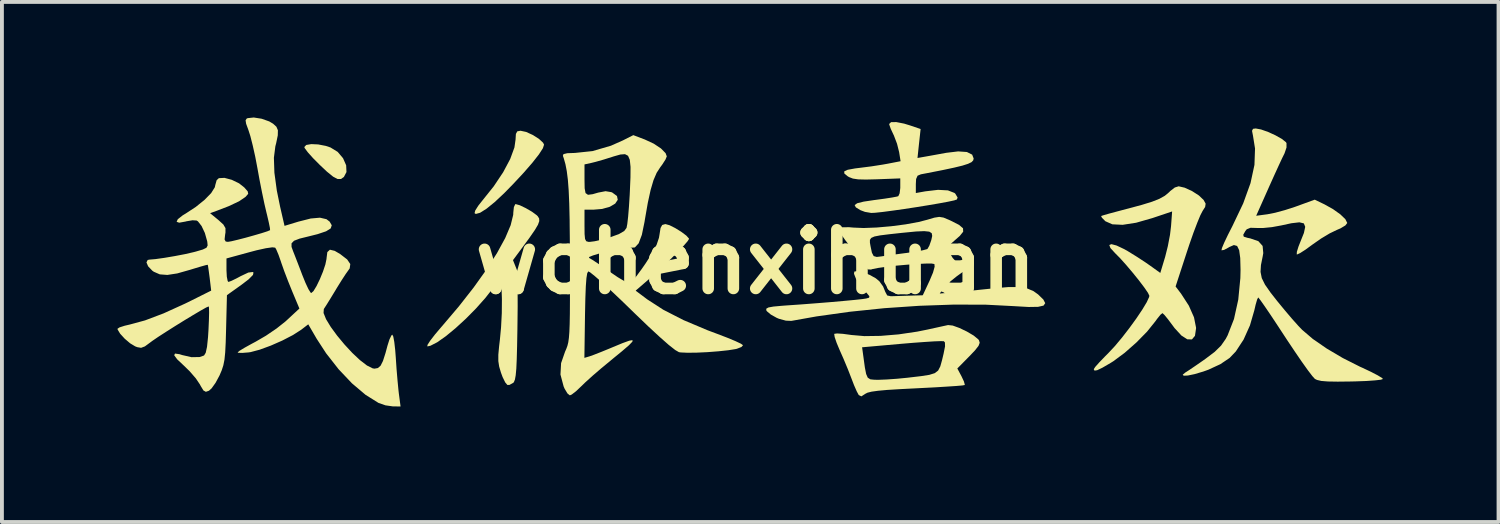
<source format=kicad_pcb>
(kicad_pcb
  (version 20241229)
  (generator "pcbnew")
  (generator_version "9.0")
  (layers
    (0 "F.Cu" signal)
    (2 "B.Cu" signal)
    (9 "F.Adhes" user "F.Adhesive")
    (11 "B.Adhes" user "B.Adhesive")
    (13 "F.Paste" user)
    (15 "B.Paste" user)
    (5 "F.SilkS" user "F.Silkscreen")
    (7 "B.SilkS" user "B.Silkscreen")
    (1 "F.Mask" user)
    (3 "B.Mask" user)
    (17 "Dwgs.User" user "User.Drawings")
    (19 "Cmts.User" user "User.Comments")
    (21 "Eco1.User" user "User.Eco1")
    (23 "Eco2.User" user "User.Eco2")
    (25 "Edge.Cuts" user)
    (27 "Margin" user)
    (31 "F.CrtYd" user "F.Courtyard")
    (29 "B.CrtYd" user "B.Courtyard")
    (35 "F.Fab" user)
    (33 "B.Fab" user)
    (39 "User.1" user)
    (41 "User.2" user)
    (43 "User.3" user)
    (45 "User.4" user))
  (footprint "wohenxihuan"
    (layer "F.Cu")
    (at 16.568 3.749)
    (property "Reference" "wohenxihuan" (at 0 0 0) (layer "F.SilkS") (effects (font (size 1.524 1.524) (thickness 0.3))))
    (attr board_only exclude_from_pos_files exclude_from_bom)
    (fp_poly (pts (xy -11.359 -3.05) (xy -11.162 -3.012) (xy -11.039 -2.971) (xy -10.852 -2.856) (xy -10.713 -2.692) (xy -10.632 -2.508) (xy -10.624 -2.333) (xy -10.691 -2.205) (xy -10.768 -2.152) (xy -10.856 -2.152) (xy -10.971 -2.213) (xy -11.132 -2.344) (xy -11.32 -2.521) (xy -11.492 -2.694) (xy -11.627 -2.845) (xy -11.706 -2.951) (xy -11.719 -2.982) (xy -11.668 -3.036) (xy -11.538 -3.058)) (stroke (width 0) (type solid)) (fill yes) (layer "F.SilkS"))
    (fp_poly (pts (xy -6.105 -3.405) (xy -5.96 -3.374) (xy -5.789 -3.296) (xy -5.629 -3.195) (xy -5.52 -3.094) (xy -5.495 -3.044) (xy -5.525 -2.951) (xy -5.629 -2.79) (xy -5.798 -2.575) (xy -6.023 -2.316) (xy -6.293 -2.026) (xy -6.524 -1.79) (xy -6.773 -1.556) (xy -6.987 -1.382) (xy -7.155 -1.276) (xy -7.266 -1.245) (xy -7.299 -1.265) (xy -7.282 -1.333) (xy -7.204 -1.457) (xy -7.103 -1.585) (xy -6.802 -1.961) (xy -6.556 -2.329) (xy -6.374 -2.671) (xy -6.264 -2.971) (xy -6.235 -3.173) (xy -6.226 -3.323) (xy -6.189 -3.39) (xy -6.106 -3.405)) (stroke (width 0) (type solid)) (fill yes) (layer "F.SilkS"))
    (fp_poly (pts (xy -6.125 -1.471) (xy -5.969 -1.396) (xy -5.807 -1.302) (xy -5.685 -1.212) (xy -5.659 -1.186) (xy -5.623 -1.128) (xy -5.619 -1.06) (xy -5.653 -0.965) (xy -5.734 -0.828) (xy -5.87 -0.631) (xy -6.054 -0.38) (xy -6.393 0.077) (xy -6.281 0.266) (xy -6.244 0.336) (xy -6.217 0.415) (xy -6.198 0.519) (xy -6.187 0.666) (xy -6.181 0.871) (xy -6.18 1.15) (xy -6.184 1.52) (xy -6.187 1.756) (xy -6.195 2.191) (xy -6.204 2.525) (xy -6.215 2.771) (xy -6.231 2.943) (xy -6.251 3.054) (xy -6.277 3.118) (xy -6.292 3.137) (xy -6.393 3.193) (xy -6.448 3.193) (xy -6.503 3.128) (xy -6.572 2.987) (xy -6.614 2.873) (xy -6.66 2.718) (xy -6.682 2.575) (xy -6.682 2.409) (xy -6.661 2.183) (xy -6.642 2.025) (xy -6.611 1.697) (xy -6.592 1.329) (xy -6.589 0.99) (xy -6.59 0.931) (xy -6.61 0.39) (xy -6.809 0.668) (xy -7.018 0.935) (xy -7.262 1.209) (xy -7.525 1.475) (xy -7.792 1.72) (xy -8.044 1.928) (xy -8.267 2.085) (xy -8.444 2.176) (xy -8.525 2.194) (xy -8.521 2.154) (xy -8.451 2.045) (xy -8.326 1.883) (xy -8.158 1.685) (xy -8.136 1.66) (xy -7.708 1.156) (xy -7.324 0.666) (xy -6.991 0.2) (xy -6.715 -0.232) (xy -6.503 -0.62) (xy -6.362 -0.953) (xy -6.296 -1.221) (xy -6.293 -1.284) (xy -6.278 -1.424) (xy -6.243 -1.497) (xy -6.232 -1.501)) (stroke (width 0) (type solid)) (fill yes) (layer "F.SilkS"))
    (fp_poly (pts (xy 3.852 -3.59) (xy 4.006 -3.543) (xy 4.28 -3.45) (xy 4.239 -3.074) (xy 4.199 -2.698) (xy 4.365 -2.727) (xy 4.506 -2.752) (xy 4.715 -2.79) (xy 4.946 -2.832) (xy 5.255 -2.869) (xy 5.482 -2.853) (xy 5.618 -2.785) (xy 5.657 -2.684) (xy 5.645 -2.635) (xy 5.602 -2.59) (xy 5.513 -2.547) (xy 5.366 -2.5) (xy 5.148 -2.447) (xy 4.847 -2.383) (xy 4.45 -2.305) (xy 4.286 -2.274) (xy 4.201 -2.238) (xy 4.163 -2.152) (xy 4.156 -2.019) (xy 4.156 -1.788) (xy 4.402 -1.832) (xy 4.732 -1.871) (xy 4.989 -1.857) (xy 5.158 -1.791) (xy 5.179 -1.773) (xy 5.24 -1.672) (xy 5.222 -1.621) (xy 5.152 -1.597) (xy 4.989 -1.562) (xy 4.756 -1.519) (xy 4.474 -1.471) (xy 4.165 -1.421) (xy 3.851 -1.373) (xy 3.554 -1.331) (xy 3.296 -1.297) (xy 3.099 -1.276) (xy 2.998 -1.271) (xy 2.835 -1.299) (xy 2.718 -1.343) (xy 2.598 -1.417) (xy 2.568 -1.475) (xy 2.633 -1.523) (xy 2.801 -1.565) (xy 3.077 -1.606) (xy 3.094 -1.608) (xy 3.339 -1.641) (xy 3.54 -1.672) (xy 3.67 -1.697) (xy 3.702 -1.708) (xy 3.735 -1.78) (xy 3.752 -1.92) (xy 3.752 -1.953) (xy 3.752 -2.168) (xy 3.146 -2.145) (xy 2.858 -2.138) (xy 2.659 -2.143) (xy 2.523 -2.163) (xy 2.424 -2.201) (xy 2.387 -2.223) (xy 2.3 -2.295) (xy 2.297 -2.35) (xy 2.388 -2.392) (xy 2.58 -2.427) (xy 2.742 -2.447) (xy 3.008 -2.481) (xy 3.295 -2.526) (xy 3.424 -2.549) (xy 3.76 -2.614) (xy 3.722 -2.851) (xy 3.668 -3.067) (xy 3.586 -3.283) (xy 3.574 -3.307) (xy 3.505 -3.455) (xy 3.467 -3.562) (xy 3.464 -3.581) (xy 3.513 -3.628) (xy 3.649 -3.63)) (stroke (width 0) (type solid)) (fill yes) (layer "F.SilkS"))
    (fp_poly (pts (xy 5.113 1.652) (xy 5.288 1.715) (xy 5.482 1.808) (xy 5.658 1.912) (xy 5.777 2.01) (xy 5.795 2.034) (xy 5.814 2.099) (xy 5.783 2.18) (xy 5.69 2.298) (xy 5.545 2.45) (xy 5.233 2.766) (xy 5.341 2.968) (xy 5.404 3.102) (xy 5.427 3.186) (xy 5.424 3.196) (xy 5.361 3.207) (xy 5.2 3.221) (xy 4.958 3.237) (xy 4.652 3.256) (xy 4.3 3.274) (xy 4.166 3.281) (xy 3.738 3.303) (xy 3.412 3.323) (xy 3.173 3.345) (xy 3.007 3.368) (xy 2.9 3.395) (xy 2.838 3.427) (xy 2.832 3.432) (xy 2.742 3.49) (xy 2.679 3.459) (xy 2.671 3.451) (xy 2.622 3.36) (xy 2.551 3.198) (xy 2.487 3.031) (xy 2.393 2.789) (xy 2.277 2.511) (xy 2.181 2.294) (xy 2.148 2.216) (xy 2.761 2.216) (xy 2.797 2.479) (xy 2.833 2.741) (xy 2.866 2.909) (xy 2.908 3.005) (xy 2.975 3.048) (xy 3.08 3.059) (xy 3.196 3.06) (xy 3.401 3.052) (xy 3.668 3.033) (xy 3.944 3.006) (xy 3.985 3.001) (xy 4.292 2.965) (xy 4.505 2.932) (xy 4.646 2.888) (xy 4.735 2.82) (xy 4.791 2.712) (xy 4.836 2.551) (xy 4.876 2.384) (xy 4.914 2.193) (xy 4.911 2.09) (xy 4.883 2.059) (xy 4.806 2.056) (xy 4.635 2.062) (xy 4.388 2.078) (xy 4.086 2.1) (xy 3.789 2.125) (xy 2.761 2.216) (xy 2.148 2.216) (xy 2.1 2.101) (xy 2.049 1.951) (xy 2.037 1.871) (xy 2.039 1.867) (xy 2.111 1.857) (xy 2.263 1.867) (xy 2.464 1.894) (xy 2.474 1.896) (xy 2.82 1.926) (xy 3.242 1.92) (xy 3.71 1.881) (xy 4.19 1.81) (xy 4.454 1.757) (xy 4.677 1.708) (xy 4.868 1.666) (xy 4.988 1.64) (xy 4.993 1.639)) (stroke (width 0) (type solid)) (fill yes) (layer "F.SilkS"))
    (fp_poly (pts (xy 11.134 -1.927) (xy 11.326 -1.839) (xy 11.505 -1.724) (xy 11.626 -1.608) (xy 11.679 -1.512) (xy 11.666 -1.427) (xy 11.6 -1.323) (xy 11.543 -1.214) (xy 11.462 -1.018) (xy 11.363 -0.758) (xy 11.257 -0.455) (xy 11.193 -0.262) (xy 10.899 0.638) (xy 11.041 0.824) (xy 11.243 1.136) (xy 11.377 1.439) (xy 11.43 1.706) (xy 11.43 1.726) (xy 11.402 1.918) (xy 11.323 2.012) (xy 11.203 2.009) (xy 11.05 1.911) (xy 10.872 1.717) (xy 10.821 1.648) (xy 10.701 1.488) (xy 10.607 1.374) (xy 10.558 1.329) (xy 10.558 1.329) (xy 10.506 1.371) (xy 10.418 1.48) (xy 10.372 1.544) (xy 10.159 1.809) (xy 9.881 2.092) (xy 9.577 2.36) (xy 9.283 2.578) (xy 9.211 2.623) (xy 8.998 2.747) (xy 8.864 2.811) (xy 8.795 2.822) (xy 8.775 2.786) (xy 8.775 2.784) (xy 8.813 2.726) (xy 8.917 2.609) (xy 9.067 2.453) (xy 9.155 2.365) (xy 9.322 2.186) (xy 9.509 1.963) (xy 9.7 1.716) (xy 9.88 1.468) (xy 10.035 1.237) (xy 10.151 1.044) (xy 10.212 0.911) (xy 10.218 0.879) (xy 10.182 0.803) (xy 10.086 0.663) (xy 9.948 0.481) (xy 9.785 0.279) (xy 9.614 0.077) (xy 9.454 -0.101) (xy 9.329 -0.227) (xy 9.207 -0.36) (xy 9.178 -0.439) (xy 9.234 -0.461) (xy 9.366 -0.426) (xy 9.565 -0.332) (xy 9.652 -0.283) (xy 9.879 -0.143) (xy 10.118 0.013) (xy 10.23 0.091) (xy 10.502 0.286) (xy 10.628 -0.131) (xy 10.697 -0.406) (xy 10.754 -0.704) (xy 10.781 -0.929) (xy 10.809 -1.31) (xy 10.297 -1.138) (xy 9.874 -1.017) (xy 9.525 -0.963) (xy 9.257 -0.976) (xy 9.076 -1.056) (xy 9.069 -1.063) (xy 8.987 -1.147) (xy 8.965 -1.191) (xy 9.024 -1.211) (xy 9.173 -1.254) (xy 9.39 -1.312) (xy 9.651 -1.381) (xy 9.66 -1.383) (xy 10.02 -1.48) (xy 10.286 -1.562) (xy 10.48 -1.639) (xy 10.621 -1.718) (xy 10.729 -1.808) (xy 10.761 -1.841) (xy 10.879 -1.932) (xy 10.979 -1.963)) (stroke (width 0) (type solid)) (fill yes) (layer "F.SilkS"))
    (fp_poly (pts (xy 4.874 -1.151) (xy 5.016 -1.092) (xy 5.07 -1.067) (xy 5.278 -0.961) (xy 5.381 -0.873) (xy 5.385 -0.784) (xy 5.297 -0.675) (xy 5.206 -0.595) (xy 5.07 -0.475) (xy 5.009 -0.389) (xy 5.008 -0.306) (xy 5.028 -0.244) (xy 5.112 -0.104) (xy 5.243 0.04) (xy 5.266 0.06) (xy 5.445 0.21) (xy 5.218 0.373) (xy 5.056 0.504) (xy 4.918 0.637) (xy 4.883 0.679) (xy 4.776 0.821) (xy 5.202 0.783) (xy 5.462 0.759) (xy 5.779 0.727) (xy 6.098 0.694) (xy 6.192 0.684) (xy 6.556 0.653) (xy 6.832 0.653) (xy 7.042 0.687) (xy 7.211 0.759) (xy 7.33 0.844) (xy 7.466 0.976) (xy 7.515 1.071) (xy 7.471 1.134) (xy 7.33 1.166) (xy 7.086 1.17) (xy 6.734 1.15) (xy 6.723 1.149) (xy 5.968 1.11) (xy 5.133 1.108) (xy 4.247 1.139) (xy 3.34 1.201) (xy 2.44 1.294) (xy 1.576 1.415) (xy 0.924 1.531) (xy 0.782 1.525) (xy 0.602 1.476) (xy 0.543 1.451) (xy 0.391 1.366) (xy 0.29 1.281) (xy 0.273 1.254) (xy 0.275 1.213) (xy 0.331 1.182) (xy 0.459 1.159) (xy 0.677 1.139) (xy 0.798 1.13) (xy 1.185 1.103) (xy 1.575 1.073) (xy 1.948 1.043) (xy 2.284 1.013) (xy 2.563 0.987) (xy 2.765 0.965) (xy 2.866 0.95) (xy 2.942 0.929) (xy 2.95 0.891) (xy 2.883 0.809) (xy 2.838 0.76) (xy 2.701 0.593) (xy 2.6 0.433) (xy 2.551 0.308) (xy 2.559 0.251) (xy 2.644 0.236) (xy 2.79 0.27) (xy 2.96 0.338) (xy 3.116 0.425) (xy 3.207 0.5) (xy 3.306 0.637) (xy 3.359 0.767) (xy 3.359 0.77) (xy 3.413 0.871) (xy 3.507 0.891) (xy 3.635 0.887) (xy 3.829 0.881) (xy 3.986 0.876) (xy 4.336 0.866) (xy 4.513 0.487) (xy 4.602 0.276) (xy 4.644 0.124) (xy 4.638 0.055) (xy 4.566 0.042) (xy 4.405 0.043) (xy 4.181 0.054) (xy 3.921 0.073) (xy 3.65 0.097) (xy 3.394 0.126) (xy 3.179 0.156) (xy 3.031 0.185) (xy 2.993 0.198) (xy 2.917 0.195) (xy 2.825 0.116) (xy 2.71 -0.039) (xy 2.561 -0.251) (xy 2.396 -0.472) (xy 2.374 -0.5) (xy 2.964 -0.5) (xy 2.979 -0.414) (xy 3.016 -0.238) (xy 3.062 -0.151) (xy 3.141 -0.129) (xy 3.252 -0.142) (xy 3.395 -0.163) (xy 3.612 -0.193) (xy 3.861 -0.226) (xy 3.925 -0.234) (xy 4.154 -0.268) (xy 4.337 -0.302) (xy 4.445 -0.331) (xy 4.46 -0.34) (xy 4.506 -0.421) (xy 4.555 -0.56) (xy 4.558 -0.57) (xy 4.581 -0.675) (xy 4.568 -0.746) (xy 4.504 -0.786) (xy 4.374 -0.799) (xy 4.163 -0.79) (xy 3.855 -0.76) (xy 3.793 -0.754) (xy 3.463 -0.718) (xy 3.231 -0.689) (xy 3.081 -0.66) (xy 2.998 -0.623) (xy 2.964 -0.572) (xy 2.964 -0.5) (xy 2.374 -0.5) (xy 2.325 -0.563) (xy 2.223 -0.708) (xy 2.167 -0.824) (xy 2.166 -0.868) (xy 2.248 -0.899) (xy 2.424 -0.901) (xy 2.534 -0.891) (xy 2.8 -0.88) (xy 3.139 -0.893) (xy 3.516 -0.926) (xy 3.891 -0.975) (xy 4.228 -1.037) (xy 4.447 -1.093) (xy 4.637 -1.149) (xy 4.763 -1.169)) (stroke (width 0) (type solid)) (fill yes) (layer "F.SilkS"))
    (fp_poly (pts (xy 13.118 -3.438) (xy 13.302 -3.373) (xy 13.494 -3.285) (xy 13.659 -3.191) (xy 13.763 -3.108) (xy 13.778 -3.084) (xy 13.778 -2.97) (xy 13.728 -2.821) (xy 13.721 -2.807) (xy 13.662 -2.687) (xy 13.569 -2.487) (xy 13.454 -2.235) (xy 13.328 -1.955) (xy 13.309 -1.912) (xy 12.991 -1.198) (xy 13.284 -1.237) (xy 13.482 -1.276) (xy 13.737 -1.345) (xy 14 -1.43) (xy 14.044 -1.446) (xy 14.511 -1.616) (xy 14.764 -1.494) (xy 14.986 -1.37) (xy 15.175 -1.235) (xy 15.306 -1.109) (xy 15.355 -1.011) (xy 15.355 -1.01) (xy 15.306 -0.947) (xy 15.18 -0.871) (xy 15.082 -0.829) (xy 14.898 -0.74) (xy 14.673 -0.605) (xy 14.454 -0.452) (xy 14.443 -0.444) (xy 14.269 -0.317) (xy 14.131 -0.229) (xy 14.052 -0.193) (xy 14.044 -0.195) (xy 14.047 -0.262) (xy 14.089 -0.398) (xy 14.135 -0.514) (xy 14.23 -0.752) (xy 14.264 -0.911) (xy 14.228 -1) (xy 14.112 -1.028) (xy 13.905 -1.004) (xy 13.642 -0.947) (xy 13.401 -0.903) (xy 13.168 -0.88) (xy 13.012 -0.881) (xy 12.843 -0.886) (xy 12.746 -0.847) (xy 12.709 -0.801) (xy 12.655 -0.704) (xy 12.669 -0.655) (xy 12.77 -0.624) (xy 12.836 -0.611) (xy 13.047 -0.539) (xy 13.158 -0.415) (xy 13.175 -0.228) (xy 13.16 -0.143) (xy 13.115 0.08) (xy 13.104 0.259) (xy 13.136 0.42) (xy 13.22 0.59) (xy 13.364 0.796) (xy 13.535 1.014) (xy 13.729 1.25) (xy 13.921 1.476) (xy 14.087 1.662) (xy 14.185 1.764) (xy 14.463 2.001) (xy 14.824 2.25) (xy 15.241 2.496) (xy 15.687 2.721) (xy 15.748 2.748) (xy 15.972 2.854) (xy 16.149 2.946) (xy 16.258 3.013) (xy 16.282 3.039) (xy 16.227 3.058) (xy 16.077 3.075) (xy 15.852 3.091) (xy 15.574 3.101) (xy 15.457 3.104) (xy 15.107 3.108) (xy 14.855 3.104) (xy 14.682 3.09) (xy 14.571 3.064) (xy 14.515 3.037) (xy 14.449 2.964) (xy 14.332 2.811) (xy 14.175 2.591) (xy 13.991 2.322) (xy 13.789 2.02) (xy 13.736 1.939) (xy 13.538 1.637) (xy 13.361 1.37) (xy 13.214 1.154) (xy 13.107 1.002) (xy 13.05 0.928) (xy 13.043 0.924) (xy 13.016 0.975) (xy 12.977 1.109) (xy 12.943 1.256) (xy 12.829 1.649) (xy 12.664 2.016) (xy 12.463 2.323) (xy 12.301 2.493) (xy 12.062 2.654) (xy 11.749 2.799) (xy 11.617 2.846) (xy 11.391 2.913) (xy 11.217 2.949) (xy 11.11 2.954) (xy 11.084 2.928) (xy 11.154 2.869) (xy 11.167 2.862) (xy 11.261 2.801) (xy 11.42 2.693) (xy 11.615 2.558) (xy 11.681 2.511) (xy 11.916 2.333) (xy 12.078 2.174) (xy 12.2 1.999) (xy 12.25 1.905) (xy 12.415 1.482) (xy 12.526 0.979) (xy 12.58 0.42) (xy 12.585 0.205) (xy 12.577 -0.102) (xy 12.549 -0.305) (xy 12.496 -0.414) (xy 12.412 -0.438) (xy 12.293 -0.386) (xy 12.269 -0.371) (xy 12.156 -0.311) (xy 12.091 -0.301) (xy 12.09 -0.302) (xy 12.103 -0.362) (xy 12.162 -0.502) (xy 12.257 -0.701) (xy 12.374 -0.931) (xy 12.654 -1.519) (xy 12.844 -2.046) (xy 12.946 -2.518) (xy 12.961 -2.944) (xy 12.908 -3.276) (xy 12.883 -3.403) (xy 12.909 -3.455) (xy 12.98 -3.464)) (stroke (width 0) (type solid)) (fill yes) (layer "F.SilkS"))
    (fp_poly (pts (xy -2.88 -3.178) (xy -2.648 -3.07) (xy -2.461 -2.946) (xy -2.34 -2.823) (xy -2.309 -2.74) (xy -2.343 -2.657) (xy -2.428 -2.525) (xy -2.478 -2.458) (xy -2.572 -2.313) (xy -2.654 -2.122) (xy -2.729 -1.867) (xy -2.802 -1.533) (xy -2.877 -1.102) (xy -2.887 -1.039) (xy -2.956 -0.704) (xy -3.039 -0.483) (xy -3.137 -0.376) (xy -3.222 -0.369) (xy -3.312 -0.371) (xy -3.467 -0.35) (xy -3.662 -0.313) (xy -3.87 -0.266) (xy -4.067 -0.216) (xy -4.225 -0.168) (xy -4.321 -0.129) (xy -4.329 -0.105) (xy -4.247 -0.058) (xy -4.097 0.04) (xy -3.904 0.173) (xy -3.788 0.256) (xy -3.586 0.394) (xy -3.414 0.497) (xy -3.297 0.552) (xy -3.263 0.557) (xy -3.203 0.5) (xy -3.096 0.369) (xy -2.96 0.184) (xy -2.86 0.04) (xy -2.684 -0.234) (xy -2.572 -0.448) (xy -2.512 -0.627) (xy -2.497 -0.716) (xy -2.471 -0.881) (xy -2.428 -0.959) (xy -2.352 -0.981) (xy -2.339 -0.981) (xy -2.236 -0.952) (xy -2.089 -0.878) (xy -1.934 -0.782) (xy -1.804 -0.685) (xy -1.736 -0.61) (xy -1.732 -0.596) (xy -1.772 -0.533) (xy -1.879 -0.41) (xy -2.038 -0.244) (xy -2.229 -0.053) (xy -2.436 0.145) (xy -2.641 0.334) (xy -2.757 0.435) (xy -3.118 0.746) (xy -2.815 0.973) (xy -2.399 1.242) (xy -1.876 1.51) (xy -1.253 1.773) (xy -0.994 1.87) (xy -0.741 1.967) (xy -0.531 2.054) (xy -0.387 2.122) (xy -0.33 2.162) (xy -0.33 2.162) (xy -0.372 2.209) (xy -0.49 2.255) (xy -0.52 2.262) (xy -0.713 2.293) (xy -0.967 2.32) (xy -1.25 2.342) (xy -1.528 2.355) (xy -1.771 2.358) (xy -1.945 2.35) (xy -1.993 2.343) (xy -2.09 2.287) (xy -2.259 2.154) (xy -2.493 1.948) (xy -2.787 1.676) (xy -3.133 1.344) (xy -3.216 1.263) (xy -3.505 0.983) (xy -3.77 0.733) (xy -3.999 0.524) (xy -4.179 0.367) (xy -4.299 0.271) (xy -4.347 0.246) (xy -4.374 0.293) (xy -4.395 0.42) (xy -4.411 0.635) (xy -4.423 0.948) (xy -4.432 1.367) (xy -4.432 1.38) (xy -4.448 2.491) (xy -4.316 2.452) (xy -4.204 2.412) (xy -4.02 2.34) (xy -3.797 2.249) (xy -3.721 2.217) (xy -3.458 2.108) (xy -3.284 2.045) (xy -3.198 2.03) (xy -3.201 2.069) (xy -3.293 2.165) (xy -3.477 2.323) (xy -3.751 2.547) (xy -3.769 2.563) (xy -4.007 2.759) (xy -4.236 2.956) (xy -4.426 3.128) (xy -4.529 3.228) (xy -4.665 3.357) (xy -4.777 3.443) (xy -4.826 3.464) (xy -4.887 3.415) (xy -4.961 3.292) (xy -4.987 3.232) (xy -5.069 2.924) (xy -5.053 2.628) (xy -4.95 2.331) (xy -4.916 2.253) (xy -4.888 2.176) (xy -4.866 2.086) (xy -4.85 1.971) (xy -4.838 1.818) (xy -4.83 1.615) (xy -4.825 1.347) (xy -4.823 1.003) (xy -4.823 0.569) (xy -4.823 0.032) (xy -4.823 0.029) (xy -4.826 -0.585) (xy -4.83 -0.938) (xy -4.445 -0.938) (xy -4.443 -0.722) (xy -4.431 -0.597) (xy -4.401 -0.538) (xy -4.346 -0.521) (xy -4.307 -0.52) (xy -4.182 -0.536) (xy -3.99 -0.58) (xy -3.785 -0.638) (xy -3.552 -0.722) (xy -3.414 -0.802) (xy -3.354 -0.883) (xy -3.334 -0.986) (xy -3.312 -1.179) (xy -3.291 -1.436) (xy -3.272 -1.734) (xy -3.268 -1.819) (xy -3.252 -2.194) (xy -3.25 -2.466) (xy -3.269 -2.649) (xy -3.315 -2.755) (xy -3.394 -2.797) (xy -3.514 -2.788) (xy -3.68 -2.741) (xy -3.727 -2.726) (xy -3.946 -2.657) (xy -4.15 -2.599) (xy -4.258 -2.572) (xy -4.445 -2.531) (xy -4.445 -2.131) (xy -4.441 -1.911) (xy -4.418 -1.787) (xy -4.355 -1.742) (xy -4.233 -1.758) (xy -4.091 -1.799) (xy -3.898 -1.836) (xy -3.748 -1.811) (xy -3.723 -1.8) (xy -3.602 -1.711) (xy -3.582 -1.612) (xy -3.648 -1.514) (xy -3.788 -1.431) (xy -3.988 -1.375) (xy -4.2 -1.357) (xy -4.445 -1.357) (xy -4.445 -0.938) (xy -4.83 -0.938) (xy -4.831 -1.096) (xy -4.841 -1.516) (xy -4.856 -1.858) (xy -4.877 -2.134) (xy -4.905 -2.356) (xy -4.94 -2.537) (xy -4.983 -2.689) (xy -5.006 -2.755) (xy -4.991 -2.798) (xy -4.892 -2.822) (xy -4.693 -2.829) (xy -4.693 -2.829) (xy -4.237 -2.877) (xy -3.76 -3.016) (xy -3.451 -3.153) (xy -3.178 -3.291)) (stroke (width 0) (type solid)) (fill yes) (layer "F.SilkS"))
    (fp_poly (pts (xy -12.827 -3.717) (xy -12.629 -3.647) (xy -12.528 -3.587) (xy -12.443 -3.509) (xy -12.404 -3.418) (xy -12.407 -3.286) (xy -12.449 -3.082) (xy -12.47 -3.002) (xy -12.508 -2.704) (xy -12.495 -2.316) (xy -12.432 -1.852) (xy -12.347 -1.435) (xy -12.232 -0.936) (xy -11.874 -1.045) (xy -11.551 -1.127) (xy -11.312 -1.148) (xy -11.143 -1.109) (xy -11.061 -1.046) (xy -11.006 -0.951) (xy -11.034 -0.869) (xy -11.153 -0.795) (xy -11.373 -0.721) (xy -11.596 -0.665) (xy -11.84 -0.605) (xy -11.986 -0.549) (xy -12.05 -0.482) (xy -12.05 -0.39) (xy -12.009 -0.277) (xy -11.964 -0.163) (xy -11.891 0.025) (xy -11.804 0.252) (xy -11.774 0.332) (xy -11.688 0.544) (xy -11.611 0.708) (xy -11.554 0.798) (xy -11.539 0.808) (xy -11.481 0.758) (xy -11.402 0.628) (xy -11.315 0.449) (xy -11.234 0.252) (xy -11.172 0.066) (xy -11.142 -0.078) (xy -11.141 -0.098) (xy -11.121 -0.255) (xy -11.054 -0.317) (xy -10.929 -0.287) (xy -10.789 -0.205) (xy -10.606 -0.064) (xy -10.525 0.055) (xy -10.54 0.167) (xy -10.576 0.219) (xy -10.644 0.314) (xy -10.75 0.477) (xy -10.874 0.676) (xy -10.901 0.722) (xy -11.024 0.924) (xy -11.131 1.097) (xy -11.203 1.209) (xy -11.212 1.223) (xy -11.219 1.326) (xy -11.154 1.487) (xy -11.031 1.689) (xy -10.867 1.913) (xy -10.676 2.143) (xy -10.474 2.361) (xy -10.274 2.549) (xy -10.092 2.689) (xy -9.944 2.763) (xy -9.896 2.771) (xy -9.809 2.755) (xy -9.739 2.695) (xy -9.677 2.572) (xy -9.611 2.366) (xy -9.56 2.176) (xy -9.509 2.014) (xy -9.458 1.909) (xy -9.435 1.888) (xy -9.409 1.937) (xy -9.383 2.077) (xy -9.359 2.287) (xy -9.344 2.482) (xy -9.324 2.779) (xy -9.299 3.075) (xy -9.275 3.323) (xy -9.264 3.42) (xy -9.22 3.752) (xy -9.416 3.751) (xy -9.612 3.723) (xy -9.793 3.66) (xy -10.129 3.45) (xy -10.481 3.152) (xy -10.829 2.785) (xy -11.153 2.371) (xy -11.397 1.996) (xy -11.616 1.62) (xy -11.801 1.762) (xy -12.013 1.898) (xy -12.289 2.041) (xy -12.589 2.173) (xy -12.878 2.279) (xy -13.117 2.342) (xy -13.165 2.349) (xy -13.328 2.362) (xy -13.431 2.359) (xy -13.45 2.349) (xy -13.403 2.309) (xy -13.275 2.231) (xy -13.089 2.128) (xy -12.98 2.07) (xy -12.715 1.916) (xy -12.441 1.73) (xy -12.211 1.548) (xy -12.178 1.518) (xy -11.846 1.21) (xy -12.033 0.764) (xy -12.138 0.504) (xy -12.24 0.238) (xy -12.318 0.017) (xy -12.323 0) (xy -12.387 -0.182) (xy -12.445 -0.32) (xy -12.474 -0.37) (xy -12.55 -0.379) (xy -12.717 -0.355) (xy -12.957 -0.302) (xy -13.131 -0.256) (xy -13.739 -0.09) (xy -13.739 0.215) (xy -13.73 0.385) (xy -13.708 0.495) (xy -13.689 0.52) (xy -13.613 0.493) (xy -13.475 0.426) (xy -13.367 0.368) (xy -13.172 0.276) (xy -13.057 0.262) (xy -13.038 0.274) (xy -13.051 0.338) (xy -13.165 0.453) (xy -13.354 0.597) (xy -13.727 0.863) (xy -13.749 1.745) (xy -13.759 2.092) (xy -13.772 2.347) (xy -13.791 2.536) (xy -13.82 2.683) (xy -13.862 2.813) (xy -13.92 2.949) (xy -13.923 2.954) (xy -14.022 3.138) (xy -14.125 3.282) (xy -14.194 3.344) (xy -14.274 3.372) (xy -14.337 3.337) (xy -14.409 3.219) (xy -14.428 3.182) (xy -14.534 3.024) (xy -14.694 2.839) (xy -14.845 2.692) (xy -15.019 2.528) (xy -15.096 2.423) (xy -15.075 2.379) (xy -14.957 2.396) (xy -14.888 2.418) (xy -14.646 2.473) (xy -14.434 2.469) (xy -14.321 2.429) (xy -14.278 2.359) (xy -14.244 2.205) (xy -14.218 1.953) (xy -14.206 1.766) (xy -14.195 1.516) (xy -14.19 1.316) (xy -14.193 1.188) (xy -14.201 1.155) (xy -14.267 1.184) (xy -14.408 1.263) (xy -14.604 1.379) (xy -14.834 1.518) (xy -15.076 1.668) (xy -15.308 1.815) (xy -15.511 1.946) (xy -15.662 2.049) (xy -15.717 2.09) (xy -15.857 2.193) (xy -15.955 2.23) (xy -16.055 2.213) (xy -16.109 2.192) (xy -16.24 2.113) (xy -16.381 1.993) (xy -16.499 1.864) (xy -16.564 1.757) (xy -16.568 1.735) (xy -16.516 1.7) (xy -16.383 1.657) (xy -16.251 1.626) (xy -15.853 1.518) (xy -15.372 1.336) (xy -14.813 1.082) (xy -14.644 0.999) (xy -14.136 0.745) (xy -14.175 0.416) (xy -14.199 0.236) (xy -14.217 0.112) (xy -14.225 0.074) (xy -14.28 0.085) (xy -14.419 0.124) (xy -14.614 0.183) (xy -14.682 0.204) (xy -15.018 0.299) (xy -15.274 0.338) (xy -15.47 0.323) (xy -15.626 0.255) (xy -15.665 0.227) (xy -15.773 0.114) (xy -15.816 0.013) (xy -15.785 -0.05) (xy -15.745 -0.059) (xy -15.583 -0.073) (xy -15.348 -0.106) (xy -15.077 -0.152) (xy -14.811 -0.203) (xy -14.586 -0.255) (xy -14.536 -0.268) (xy -14.353 -0.322) (xy -14.258 -0.368) (xy -14.228 -0.427) (xy -14.237 -0.522) (xy -14.241 -0.541) (xy -14.3 -0.751) (xy -14.386 -0.933) (xy -14.48 -1.053) (xy -14.516 -1.075) (xy -14.621 -1.081) (xy -14.776 -1.055) (xy -14.801 -1.048) (xy -14.966 -1.018) (xy -15.033 -1.041) (xy -15.003 -1.108) (xy -14.875 -1.209) (xy -14.799 -1.255) (xy -14.535 -1.428) (xy -14.308 -1.611) (xy -14.137 -1.786) (xy -14.042 -1.937) (xy -14.028 -2.001) (xy -13.994 -2.121) (xy -13.937 -2.174) (xy -13.791 -2.182) (xy -13.601 -2.131) (xy -13.411 -2.039) (xy -13.277 -1.933) (xy -13.188 -1.832) (xy -13.175 -1.769) (xy -13.232 -1.701) (xy -13.251 -1.683) (xy -13.412 -1.574) (xy -13.676 -1.449) (xy -13.995 -1.326) (xy -14.164 -1.265) (xy -13.95 -1.089) (xy -13.82 -0.971) (xy -13.765 -0.877) (xy -13.765 -0.762) (xy -13.773 -0.716) (xy -13.788 -0.583) (xy -13.759 -0.529) (xy -13.702 -0.521) (xy -13.612 -0.536) (xy -13.448 -0.575) (xy -13.242 -0.628) (xy -13.024 -0.689) (xy -12.825 -0.747) (xy -12.676 -0.795) (xy -12.608 -0.824) (xy -12.607 -0.824) (xy -12.612 -0.884) (xy -12.641 -1.027) (xy -12.687 -1.225) (xy -12.699 -1.272) (xy -12.754 -1.507) (xy -12.818 -1.813) (xy -12.884 -2.148) (xy -12.934 -2.425) (xy -12.992 -2.73) (xy -13.057 -3.022) (xy -13.119 -3.266) (xy -13.169 -3.422) (xy -13.229 -3.587) (xy -13.243 -3.676) (xy -13.215 -3.72) (xy -13.188 -3.732) (xy -13.031 -3.749)) (stroke (width 0) (type solid)) (fill yes) (layer "F.SilkS")))
  (gr_rect
    (start -3 -3)
    (end 35.85 10.501)
    (stroke (width 0.1) (type default))
    (fill no)
    (layer "Edge.Cuts")))
</source>
